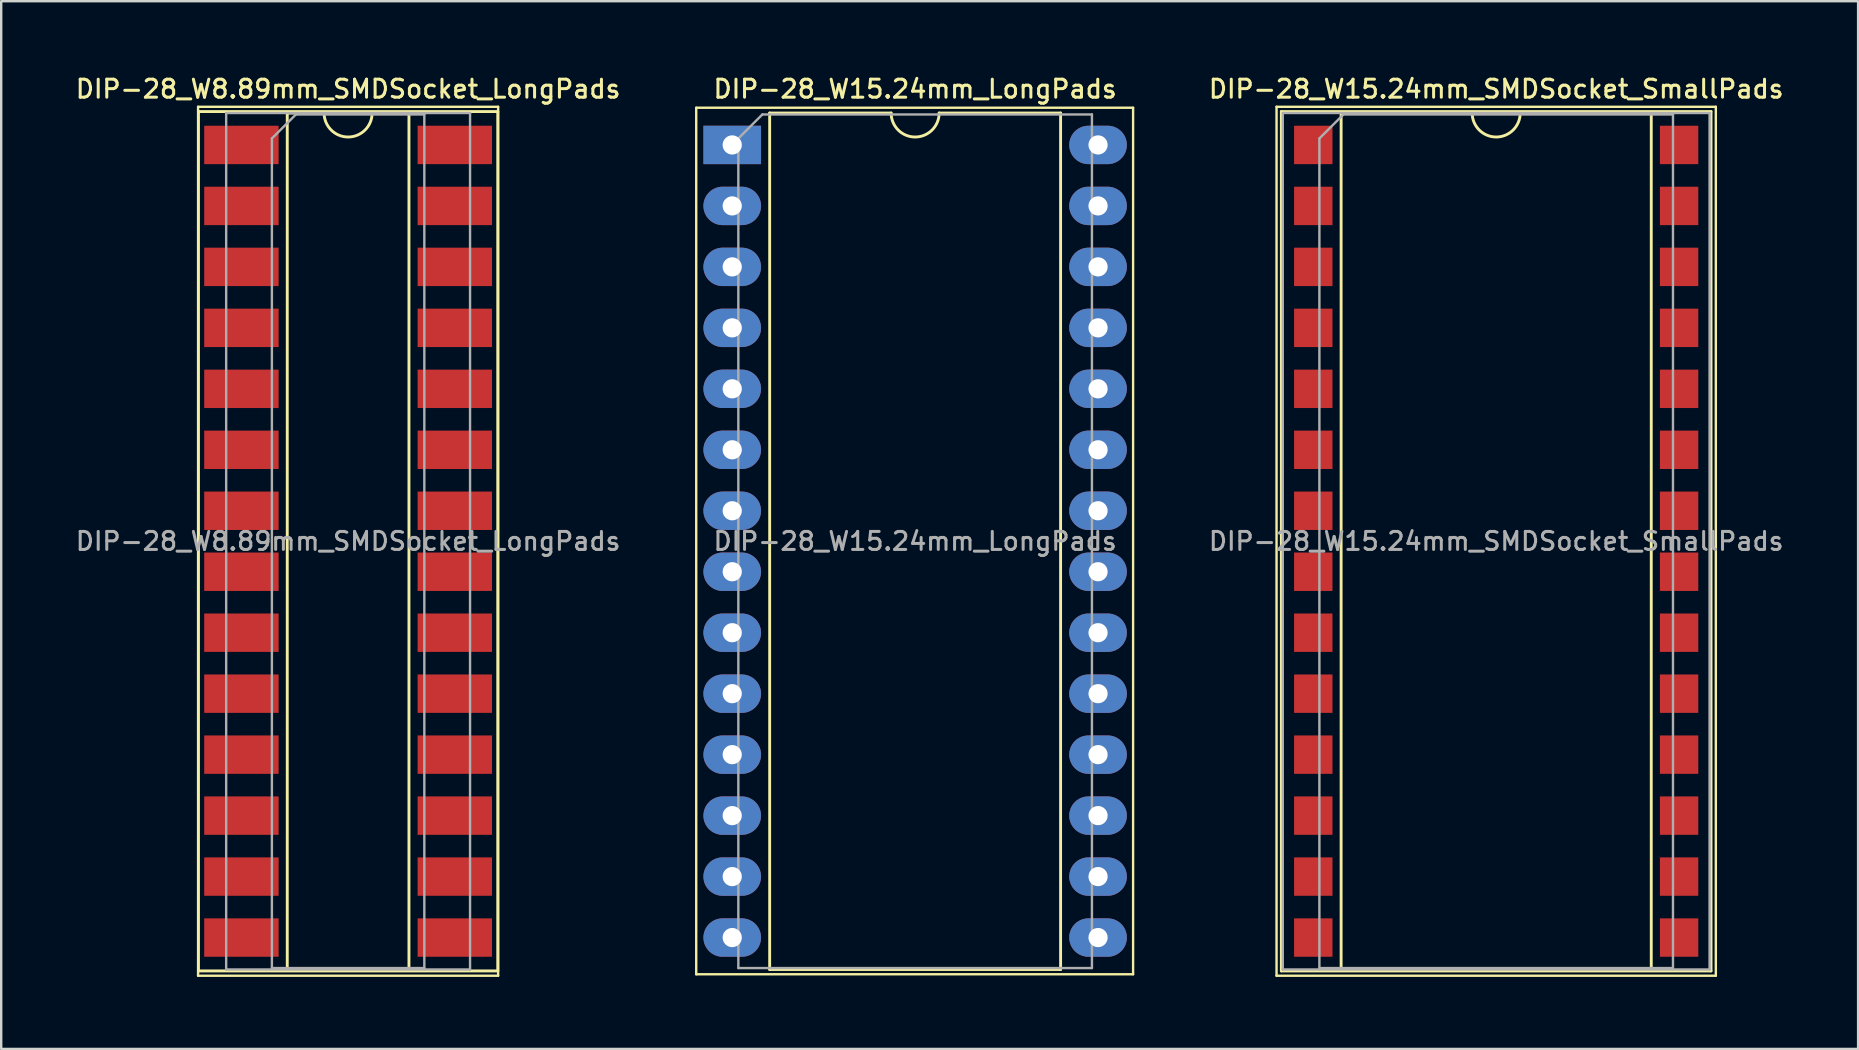
<source format=kicad_pcb>
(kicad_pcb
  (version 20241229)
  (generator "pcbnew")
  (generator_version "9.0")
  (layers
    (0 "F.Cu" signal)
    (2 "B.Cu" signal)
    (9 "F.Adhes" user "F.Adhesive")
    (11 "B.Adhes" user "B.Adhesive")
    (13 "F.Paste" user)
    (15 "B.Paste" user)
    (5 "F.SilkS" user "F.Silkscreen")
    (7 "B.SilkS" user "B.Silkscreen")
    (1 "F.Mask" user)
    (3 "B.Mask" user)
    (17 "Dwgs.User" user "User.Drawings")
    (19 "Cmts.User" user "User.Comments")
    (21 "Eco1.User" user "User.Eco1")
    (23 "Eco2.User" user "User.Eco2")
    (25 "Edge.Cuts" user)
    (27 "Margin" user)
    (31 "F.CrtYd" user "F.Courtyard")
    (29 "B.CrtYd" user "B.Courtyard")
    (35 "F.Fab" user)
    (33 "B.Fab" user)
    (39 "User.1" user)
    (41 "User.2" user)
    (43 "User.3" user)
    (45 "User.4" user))
  (footprint "DIP-28_W8.89mm_SMDSocket_LongPads"
    (layer "F.Cu")
    (at 11.452 19.498)
    (property "Reference" "DIP-28_W8.89mm_SMDSocket_LongPads" (at 0 -18.84 0) (layer "F.SilkS") (effects (font (size 0.75 0.75) (thickness 0.125))))
    (attr smd)
    (fp_line (start -6.25 -18.1) (end -6.25 18.1) (stroke (width 0.1) (type solid)) (layer "F.SilkS"))
    (fp_line (start -6.25 18.1) (end 6.25 18.1) (stroke (width 0.1) (type solid)) (layer "F.SilkS"))
    (fp_line (start -6.235 -17.9) (end -6.235 17.9) (stroke (width 0.12) (type solid)) (layer "F.SilkS"))
    (fp_line (start -6.235 17.9) (end 6.235 17.9) (stroke (width 0.12) (type solid)) (layer "F.SilkS"))
    (fp_line (start -2.535 -17.84) (end -2.535 17.84) (stroke (width 0.12) (type solid)) (layer "F.SilkS"))
    (fp_line (start -2.535 17.84) (end 2.535 17.84) (stroke (width 0.12) (type solid)) (layer "F.SilkS"))
    (fp_line (start -1 -17.84) (end -2.535 -17.84) (stroke (width 0.12) (type solid)) (layer "F.SilkS"))
    (fp_line (start 2.535 -17.84) (end 1 -17.84) (stroke (width 0.12) (type solid)) (layer "F.SilkS"))
    (fp_line (start 2.535 17.84) (end 2.535 -17.84) (stroke (width 0.12) (type solid)) (layer "F.SilkS"))
    (fp_line (start 6.235 -17.9) (end -6.235 -17.9) (stroke (width 0.12) (type solid)) (layer "F.SilkS"))
    (fp_line (start 6.235 17.9) (end 6.235 -17.9) (stroke (width 0.12) (type solid)) (layer "F.SilkS"))
    (fp_line (start 6.25 -18.1) (end -6.25 -18.1) (stroke (width 0.1) (type solid)) (layer "F.SilkS"))
    (fp_line (start 6.25 18.1) (end 6.25 -18.1) (stroke (width 0.1) (type solid)) (layer "F.SilkS"))
    (fp_arc (start 1 -17.84) (mid 0 -16.84) (end -1 -17.84) (stroke (width 0.12) (type solid)) (layer "F.SilkS"))
    (fp_line (start -5.08 -17.84) (end -5.08 17.84) (stroke (width 0.1) (type solid)) (layer "F.Fab"))
    (fp_line (start -5.08 17.84) (end 5.08 17.84) (stroke (width 0.1) (type solid)) (layer "F.Fab"))
    (fp_line (start -3.175 -16.78) (end -2.175 -17.78) (stroke (width 0.1) (type solid)) (layer "F.Fab"))
    (fp_line (start -3.175 17.78) (end -3.175 -16.78) (stroke (width 0.1) (type solid)) (layer "F.Fab"))
    (fp_line (start -2.175 -17.78) (end 3.175 -17.78) (stroke (width 0.1) (type solid)) (layer "F.Fab"))
    (fp_line (start 3.175 -17.78) (end 3.175 17.78) (stroke (width 0.1) (type solid)) (layer "F.Fab"))
    (fp_line (start 3.175 17.78) (end -3.175 17.78) (stroke (width 0.1) (type solid)) (layer "F.Fab"))
    (fp_line (start 5.08 -17.84) (end -5.08 -17.84) (stroke (width 0.1) (type solid)) (layer "F.Fab"))
    (fp_line (start 5.08 17.84) (end 5.08 -17.84) (stroke (width 0.1) (type solid)) (layer "F.Fab"))
    (fp_text user "${REFERENCE}" (at 0 0 0) (layer "F.Fab") (effects (font (size 0.75 0.75) (thickness 0.125))))
    (pad "1" smd rect (at -4.445 -16.51) (size 3.1 1.6) (layers "F.Cu" "F.Mask" "F.Paste"))
    (pad "2" smd rect (at -4.445 -13.97) (size 3.1 1.6) (layers "F.Cu" "F.Mask" "F.Paste"))
    (pad "3" smd rect (at -4.445 -11.43) (size 3.1 1.6) (layers "F.Cu" "F.Mask" "F.Paste"))
    (pad "4" smd rect (at -4.445 -8.89) (size 3.1 1.6) (layers "F.Cu" "F.Mask" "F.Paste"))
    (pad "5" smd rect (at -4.445 -6.35) (size 3.1 1.6) (layers "F.Cu" "F.Mask" "F.Paste"))
    (pad "6" smd rect (at -4.445 -3.81) (size 3.1 1.6) (layers "F.Cu" "F.Mask" "F.Paste"))
    (pad "7" smd rect (at -4.445 -1.27) (size 3.1 1.6) (layers "F.Cu" "F.Mask" "F.Paste"))
    (pad "8" smd rect (at -4.445 1.27) (size 3.1 1.6) (layers "F.Cu" "F.Mask" "F.Paste"))
    (pad "9" smd rect (at -4.445 3.81) (size 3.1 1.6) (layers "F.Cu" "F.Mask" "F.Paste"))
    (pad "10" smd rect (at -4.445 6.35) (size 3.1 1.6) (layers "F.Cu" "F.Mask" "F.Paste"))
    (pad "11" smd rect (at -4.445 8.89) (size 3.1 1.6) (layers "F.Cu" "F.Mask" "F.Paste"))
    (pad "12" smd rect (at -4.445 11.43) (size 3.1 1.6) (layers "F.Cu" "F.Mask" "F.Paste"))
    (pad "13" smd rect (at -4.445 13.97) (size 3.1 1.6) (layers "F.Cu" "F.Mask" "F.Paste"))
    (pad "14" smd rect (at -4.445 16.51) (size 3.1 1.6) (layers "F.Cu" "F.Mask" "F.Paste"))
    (pad "15" smd rect (at 4.445 16.51) (size 3.1 1.6) (layers "F.Cu" "F.Mask" "F.Paste"))
    (pad "16" smd rect (at 4.445 13.97) (size 3.1 1.6) (layers "F.Cu" "F.Mask" "F.Paste"))
    (pad "17" smd rect (at 4.445 11.43) (size 3.1 1.6) (layers "F.Cu" "F.Mask" "F.Paste"))
    (pad "18" smd rect (at 4.445 8.89) (size 3.1 1.6) (layers "F.Cu" "F.Mask" "F.Paste"))
    (pad "19" smd rect (at 4.445 6.35) (size 3.1 1.6) (layers "F.Cu" "F.Mask" "F.Paste"))
    (pad "20" smd rect (at 4.445 3.81) (size 3.1 1.6) (layers "F.Cu" "F.Mask" "F.Paste"))
    (pad "21" smd rect (at 4.445 1.27) (size 3.1 1.6) (layers "F.Cu" "F.Mask" "F.Paste"))
    (pad "22" smd rect (at 4.445 -1.27) (size 3.1 1.6) (layers "F.Cu" "F.Mask" "F.Paste"))
    (pad "23" smd rect (at 4.445 -3.81) (size 3.1 1.6) (layers "F.Cu" "F.Mask" "F.Paste"))
    (pad "24" smd rect (at 4.445 -6.35) (size 3.1 1.6) (layers "F.Cu" "F.Mask" "F.Paste"))
    (pad "25" smd rect (at 4.445 -8.89) (size 3.1 1.6) (layers "F.Cu" "F.Mask" "F.Paste"))
    (pad "26" smd rect (at 4.445 -11.43) (size 3.1 1.6) (layers "F.Cu" "F.Mask" "F.Paste"))
    (pad "27" smd rect (at 4.445 -13.97) (size 3.1 1.6) (layers "F.Cu" "F.Mask" "F.Paste"))
    (pad "28" smd rect (at 4.445 -16.51) (size 3.1 1.6) (layers "F.Cu" "F.Mask" "F.Paste")))
  (footprint "DIP-28_W15.24mm_LongPads"
    (layer "F.Cu")
    (at 27.454 2.988)
    (property "Reference" "DIP-28_W15.24mm_LongPads" (at 7.62 -2.33 0) (layer "F.SilkS") (effects (font (size 0.75 0.75) (thickness 0.125))))
    (attr through_hole)
    (fp_line (start -1.5 -1.55) (end -1.5 34.55) (stroke (width 0.1) (type solid)) (layer "F.SilkS"))
    (fp_line (start -1.5 34.55) (end 16.7 34.55) (stroke (width 0.1) (type solid)) (layer "F.SilkS"))
    (fp_line (start 1.56 -1.33) (end 1.56 34.35) (stroke (width 0.12) (type solid)) (layer "F.SilkS"))
    (fp_line (start 1.56 34.35) (end 13.68 34.35) (stroke (width 0.12) (type solid)) (layer "F.SilkS"))
    (fp_line (start 6.62 -1.33) (end 1.56 -1.33) (stroke (width 0.12) (type solid)) (layer "F.SilkS"))
    (fp_line (start 13.68 -1.33) (end 8.62 -1.33) (stroke (width 0.12) (type solid)) (layer "F.SilkS"))
    (fp_line (start 13.68 34.35) (end 13.68 -1.33) (stroke (width 0.12) (type solid)) (layer "F.SilkS"))
    (fp_line (start 16.7 -1.55) (end -1.5 -1.55) (stroke (width 0.1) (type solid)) (layer "F.SilkS"))
    (fp_line (start 16.7 34.55) (end 16.7 -1.55) (stroke (width 0.1) (type solid)) (layer "F.SilkS"))
    (fp_arc (start 8.62 -1.33) (mid 7.62 -0.33) (end 6.62 -1.33) (stroke (width 0.12) (type solid)) (layer "F.SilkS"))
    (fp_line (start 0.255 -0.27) (end 1.255 -1.27) (stroke (width 0.1) (type solid)) (layer "F.Fab"))
    (fp_line (start 0.255 34.29) (end 0.255 -0.27) (stroke (width 0.1) (type solid)) (layer "F.Fab"))
    (fp_line (start 1.255 -1.27) (end 14.985 -1.27) (stroke (width 0.1) (type solid)) (layer "F.Fab"))
    (fp_line (start 14.985 -1.27) (end 14.985 34.29) (stroke (width 0.1) (type solid)) (layer "F.Fab"))
    (fp_line (start 14.985 34.29) (end 0.255 34.29) (stroke (width 0.1) (type solid)) (layer "F.Fab"))
    (fp_text user "${REFERENCE}" (at 7.62 16.51 0) (layer "F.Fab") (effects (font (size 0.75 0.75) (thickness 0.125))))
    (pad "1" thru_hole rect (at 0 0) (size 2.4 1.6) (drill 0.8) (layers "*.Cu" "*.Mask"))
    (pad "2" thru_hole oval (at 0 2.54) (size 2.4 1.6) (drill 0.8) (layers "*.Cu" "*.Mask"))
    (pad "3" thru_hole oval (at 0 5.08) (size 2.4 1.6) (drill 0.8) (layers "*.Cu" "*.Mask"))
    (pad "4" thru_hole oval (at 0 7.62) (size 2.4 1.6) (drill 0.8) (layers "*.Cu" "*.Mask"))
    (pad "5" thru_hole oval (at 0 10.16) (size 2.4 1.6) (drill 0.8) (layers "*.Cu" "*.Mask"))
    (pad "6" thru_hole oval (at 0 12.7) (size 2.4 1.6) (drill 0.8) (layers "*.Cu" "*.Mask"))
    (pad "7" thru_hole oval (at 0 15.24) (size 2.4 1.6) (drill 0.8) (layers "*.Cu" "*.Mask"))
    (pad "8" thru_hole oval (at 0 17.78) (size 2.4 1.6) (drill 0.8) (layers "*.Cu" "*.Mask"))
    (pad "9" thru_hole oval (at 0 20.32) (size 2.4 1.6) (drill 0.8) (layers "*.Cu" "*.Mask"))
    (pad "10" thru_hole oval (at 0 22.86) (size 2.4 1.6) (drill 0.8) (layers "*.Cu" "*.Mask"))
    (pad "11" thru_hole oval (at 0 25.4) (size 2.4 1.6) (drill 0.8) (layers "*.Cu" "*.Mask"))
    (pad "12" thru_hole oval (at 0 27.94) (size 2.4 1.6) (drill 0.8) (layers "*.Cu" "*.Mask"))
    (pad "13" thru_hole oval (at 0 30.48) (size 2.4 1.6) (drill 0.8) (layers "*.Cu" "*.Mask"))
    (pad "14" thru_hole oval (at 0 33.02) (size 2.4 1.6) (drill 0.8) (layers "*.Cu" "*.Mask"))
    (pad "15" thru_hole oval (at 15.24 33.02) (size 2.4 1.6) (drill 0.8) (layers "*.Cu" "*.Mask"))
    (pad "16" thru_hole oval (at 15.24 30.48) (size 2.4 1.6) (drill 0.8) (layers "*.Cu" "*.Mask"))
    (pad "17" thru_hole oval (at 15.24 27.94) (size 2.4 1.6) (drill 0.8) (layers "*.Cu" "*.Mask"))
    (pad "18" thru_hole oval (at 15.24 25.4) (size 2.4 1.6) (drill 0.8) (layers "*.Cu" "*.Mask"))
    (pad "19" thru_hole oval (at 15.24 22.86) (size 2.4 1.6) (drill 0.8) (layers "*.Cu" "*.Mask"))
    (pad "20" thru_hole oval (at 15.24 20.32) (size 2.4 1.6) (drill 0.8) (layers "*.Cu" "*.Mask"))
    (pad "21" thru_hole oval (at 15.24 17.78) (size 2.4 1.6) (drill 0.8) (layers "*.Cu" "*.Mask"))
    (pad "22" thru_hole oval (at 15.24 15.24) (size 2.4 1.6) (drill 0.8) (layers "*.Cu" "*.Mask"))
    (pad "23" thru_hole oval (at 15.24 12.7) (size 2.4 1.6) (drill 0.8) (layers "*.Cu" "*.Mask"))
    (pad "24" thru_hole oval (at 15.24 10.16) (size 2.4 1.6) (drill 0.8) (layers "*.Cu" "*.Mask"))
    (pad "25" thru_hole oval (at 15.24 7.62) (size 2.4 1.6) (drill 0.8) (layers "*.Cu" "*.Mask"))
    (pad "26" thru_hole oval (at 15.24 5.08) (size 2.4 1.6) (drill 0.8) (layers "*.Cu" "*.Mask"))
    (pad "27" thru_hole oval (at 15.24 2.54) (size 2.4 1.6) (drill 0.8) (layers "*.Cu" "*.Mask"))
    (pad "28" thru_hole oval (at 15.24 0) (size 2.4 1.6) (drill 0.8) (layers "*.Cu" "*.Mask")))
  (footprint "DIP-28_W15.24mm_SMDSocket_SmallPads"
    (layer "F.Cu")
    (at 59.28 19.498)
    (property "Reference" "DIP-28_W15.24mm_SMDSocket_SmallPads" (at 0 -18.84 0) (layer "F.SilkS") (effects (font (size 0.75 0.75) (thickness 0.125))))
    (attr smd)
    (fp_line (start -9.15 -18.1) (end -9.15 18.1) (stroke (width 0.1) (type solid)) (layer "F.SilkS"))
    (fp_line (start -9.15 18.1) (end 9.15 18.1) (stroke (width 0.1) (type solid)) (layer "F.SilkS"))
    (fp_line (start -8.95 -17.9) (end -8.95 17.9) (stroke (width 0.12) (type solid)) (layer "F.SilkS"))
    (fp_line (start -8.95 17.9) (end 8.95 17.9) (stroke (width 0.12) (type solid)) (layer "F.SilkS"))
    (fp_line (start -6.46 -17.84) (end -6.46 17.84) (stroke (width 0.12) (type solid)) (layer "F.SilkS"))
    (fp_line (start -6.46 17.84) (end 6.46 17.84) (stroke (width 0.12) (type solid)) (layer "F.SilkS"))
    (fp_line (start -1 -17.84) (end -6.46 -17.84) (stroke (width 0.12) (type solid)) (layer "F.SilkS"))
    (fp_line (start 6.46 -17.84) (end 1 -17.84) (stroke (width 0.12) (type solid)) (layer "F.SilkS"))
    (fp_line (start 6.46 17.84) (end 6.46 -17.84) (stroke (width 0.12) (type solid)) (layer "F.SilkS"))
    (fp_line (start 8.95 -17.9) (end -8.95 -17.9) (stroke (width 0.12) (type solid)) (layer "F.SilkS"))
    (fp_line (start 8.95 17.9) (end 8.95 -17.9) (stroke (width 0.12) (type solid)) (layer "F.SilkS"))
    (fp_line (start 9.15 -18.1) (end -9.15 -18.1) (stroke (width 0.1) (type solid)) (layer "F.SilkS"))
    (fp_line (start 9.15 18.1) (end 9.15 -18.1) (stroke (width 0.1) (type solid)) (layer "F.SilkS"))
    (fp_arc (start 1 -17.84) (mid 0 -16.84) (end -1 -17.84) (stroke (width 0.12) (type solid)) (layer "F.SilkS"))
    (fp_line (start -8.89 -17.84) (end -8.89 17.84) (stroke (width 0.1) (type solid)) (layer "F.Fab"))
    (fp_line (start -8.89 17.84) (end 8.89 17.84) (stroke (width 0.1) (type solid)) (layer "F.Fab"))
    (fp_line (start -7.365 -16.78) (end -6.365 -17.78) (stroke (width 0.1) (type solid)) (layer "F.Fab"))
    (fp_line (start -7.365 17.78) (end -7.365 -16.78) (stroke (width 0.1) (type solid)) (layer "F.Fab"))
    (fp_line (start -6.365 -17.78) (end 7.365 -17.78) (stroke (width 0.1) (type solid)) (layer "F.Fab"))
    (fp_line (start 7.365 -17.78) (end 7.365 17.78) (stroke (width 0.1) (type solid)) (layer "F.Fab"))
    (fp_line (start 7.365 17.78) (end -7.365 17.78) (stroke (width 0.1) (type solid)) (layer "F.Fab"))
    (fp_line (start 8.89 -17.84) (end -8.89 -17.84) (stroke (width 0.1) (type solid)) (layer "F.Fab"))
    (fp_line (start 8.89 17.84) (end 8.89 -17.84) (stroke (width 0.1) (type solid)) (layer "F.Fab"))
    (fp_text user "${REFERENCE}" (at 0 0 0) (layer "F.Fab") (effects (font (size 0.75 0.75) (thickness 0.125))))
    (pad "1" smd rect (at -7.62 -16.51) (size 1.6 1.6) (layers "F.Cu" "F.Mask" "F.Paste"))
    (pad "2" smd rect (at -7.62 -13.97) (size 1.6 1.6) (layers "F.Cu" "F.Mask" "F.Paste"))
    (pad "3" smd rect (at -7.62 -11.43) (size 1.6 1.6) (layers "F.Cu" "F.Mask" "F.Paste"))
    (pad "4" smd rect (at -7.62 -8.89) (size 1.6 1.6) (layers "F.Cu" "F.Mask" "F.Paste"))
    (pad "5" smd rect (at -7.62 -6.35) (size 1.6 1.6) (layers "F.Cu" "F.Mask" "F.Paste"))
    (pad "6" smd rect (at -7.62 -3.81) (size 1.6 1.6) (layers "F.Cu" "F.Mask" "F.Paste"))
    (pad "7" smd rect (at -7.62 -1.27) (size 1.6 1.6) (layers "F.Cu" "F.Mask" "F.Paste"))
    (pad "8" smd rect (at -7.62 1.27) (size 1.6 1.6) (layers "F.Cu" "F.Mask" "F.Paste"))
    (pad "9" smd rect (at -7.62 3.81) (size 1.6 1.6) (layers "F.Cu" "F.Mask" "F.Paste"))
    (pad "10" smd rect (at -7.62 6.35) (size 1.6 1.6) (layers "F.Cu" "F.Mask" "F.Paste"))
    (pad "11" smd rect (at -7.62 8.89) (size 1.6 1.6) (layers "F.Cu" "F.Mask" "F.Paste"))
    (pad "12" smd rect (at -7.62 11.43) (size 1.6 1.6) (layers "F.Cu" "F.Mask" "F.Paste"))
    (pad "13" smd rect (at -7.62 13.97) (size 1.6 1.6) (layers "F.Cu" "F.Mask" "F.Paste"))
    (pad "14" smd rect (at -7.62 16.51) (size 1.6 1.6) (layers "F.Cu" "F.Mask" "F.Paste"))
    (pad "15" smd rect (at 7.62 16.51) (size 1.6 1.6) (layers "F.Cu" "F.Mask" "F.Paste"))
    (pad "16" smd rect (at 7.62 13.97) (size 1.6 1.6) (layers "F.Cu" "F.Mask" "F.Paste"))
    (pad "17" smd rect (at 7.62 11.43) (size 1.6 1.6) (layers "F.Cu" "F.Mask" "F.Paste"))
    (pad "18" smd rect (at 7.62 8.89) (size 1.6 1.6) (layers "F.Cu" "F.Mask" "F.Paste"))
    (pad "19" smd rect (at 7.62 6.35) (size 1.6 1.6) (layers "F.Cu" "F.Mask" "F.Paste"))
    (pad "20" smd rect (at 7.62 3.81) (size 1.6 1.6) (layers "F.Cu" "F.Mask" "F.Paste"))
    (pad "21" smd rect (at 7.62 1.27) (size 1.6 1.6) (layers "F.Cu" "F.Mask" "F.Paste"))
    (pad "22" smd rect (at 7.62 -1.27) (size 1.6 1.6) (layers "F.Cu" "F.Mask" "F.Paste"))
    (pad "23" smd rect (at 7.62 -3.81) (size 1.6 1.6) (layers "F.Cu" "F.Mask" "F.Paste"))
    (pad "24" smd rect (at 7.62 -6.35) (size 1.6 1.6) (layers "F.Cu" "F.Mask" "F.Paste"))
    (pad "25" smd rect (at 7.62 -8.89) (size 1.6 1.6) (layers "F.Cu" "F.Mask" "F.Paste"))
    (pad "26" smd rect (at 7.62 -11.43) (size 1.6 1.6) (layers "F.Cu" "F.Mask" "F.Paste"))
    (pad "27" smd rect (at 7.62 -13.97) (size 1.6 1.6) (layers "F.Cu" "F.Mask" "F.Paste"))
    (pad "28" smd rect (at 7.62 -16.51) (size 1.6 1.6) (layers "F.Cu" "F.Mask" "F.Paste")))
  (gr_rect
    (start -3 -3)
    (end 74.357 40.648)
    (stroke (width 0.1) (type default))
    (fill no)
    (layer "Edge.Cuts")))
</source>
